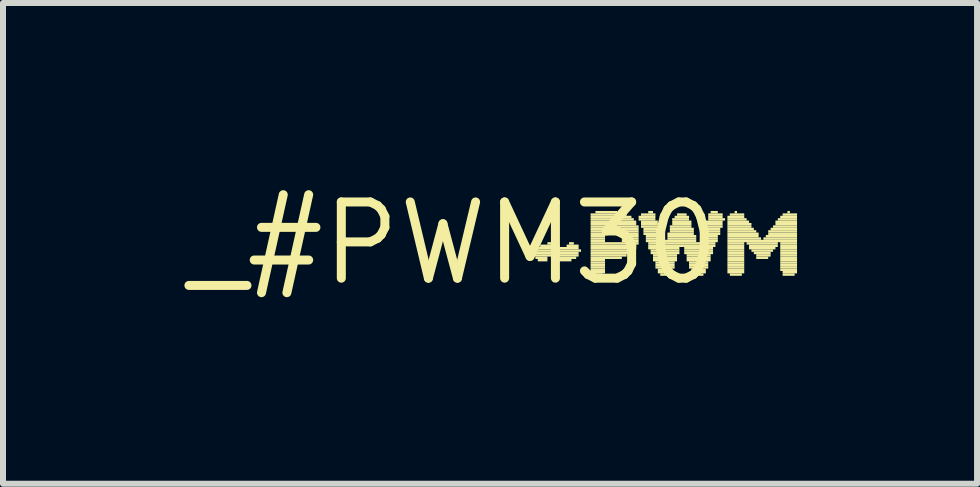
<source format=kicad_pcb>
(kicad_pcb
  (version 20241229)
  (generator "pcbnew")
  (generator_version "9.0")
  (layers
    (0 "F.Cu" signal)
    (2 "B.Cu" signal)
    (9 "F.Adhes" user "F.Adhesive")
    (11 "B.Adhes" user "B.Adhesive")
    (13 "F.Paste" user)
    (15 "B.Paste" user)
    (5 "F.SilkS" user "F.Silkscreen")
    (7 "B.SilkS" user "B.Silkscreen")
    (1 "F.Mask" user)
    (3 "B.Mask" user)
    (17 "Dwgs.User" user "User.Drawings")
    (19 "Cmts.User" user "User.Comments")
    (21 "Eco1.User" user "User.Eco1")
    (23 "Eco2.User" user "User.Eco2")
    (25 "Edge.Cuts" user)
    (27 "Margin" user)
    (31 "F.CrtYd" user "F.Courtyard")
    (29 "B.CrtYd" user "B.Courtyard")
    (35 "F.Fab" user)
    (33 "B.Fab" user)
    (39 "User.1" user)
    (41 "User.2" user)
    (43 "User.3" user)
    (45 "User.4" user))
  (footprint "_#PWM30"
    (layer "F.Cu")
    (at 4.513 1.006)
    (property "Reference" "_#PWM30" (at 0 0 0) (layer "F.SilkS") (effects (font (size 1.27 1.27) (thickness 0.15))))
    (attr through_hole)
    (fp_poly (pts (xy 1.32 0.22) (xy 2.08 0.22) (xy 2.08 0.18) (xy 1.32 0.18)) (stroke (width 0) (type solid)) (fill yes) (layer "F.SilkS"))
    (fp_poly (pts (xy 1.36 0.14) (xy 2.12 0.14) (xy 2.12 0.1) (xy 1.36 0.1)) (stroke (width 0) (type solid)) (fill yes) (layer "F.SilkS"))
    (fp_poly (pts (xy 1.36 0.18) (xy 2.08 0.18) (xy 2.08 0.14) (xy 1.36 0.14)) (stroke (width 0) (type solid)) (fill yes) (layer "F.SilkS"))
    (fp_poly (pts (xy 1.36 0.26) (xy 1.56 0.26) (xy 1.56 0.22) (xy 1.36 0.22)) (stroke (width 0) (type solid)) (fill yes) (layer "F.SilkS"))
    (fp_poly (pts (xy 1.4 0.1) (xy 2.08 0.1) (xy 2.08 0.06) (xy 1.4 0.06)) (stroke (width 0) (type solid)) (fill yes) (layer "F.SilkS"))
    (fp_poly (pts (xy 1.4 0.3) (xy 1.56 0.3) (xy 1.56 0.26) (xy 1.4 0.26)) (stroke (width 0) (type solid)) (fill yes) (layer "F.SilkS"))
    (fp_poly (pts (xy 1.44 0.06) (xy 1.76 0.06) (xy 1.76 0.02) (xy 1.44 0.02)) (stroke (width 0) (type solid)) (fill yes) (layer "F.SilkS"))
    (fp_poly (pts (xy 1.56 0.02) (xy 1.68 0.02) (xy 1.68 -0.02) (xy 1.56 -0.02)) (stroke (width 0) (type solid)) (fill yes) (layer "F.SilkS"))
    (fp_poly (pts (xy 1.64 0.26) (xy 2.04 0.26) (xy 2.04 0.22) (xy 1.64 0.22)) (stroke (width 0) (type solid)) (fill yes) (layer "F.SilkS"))
    (fp_poly (pts (xy 1.72 0.3) (xy 1.96 0.3) (xy 1.96 0.26) (xy 1.72 0.26)) (stroke (width 0) (type solid)) (fill yes) (layer "F.SilkS"))
    (fp_poly (pts (xy 1.88 0.06) (xy 2.08 0.06) (xy 2.08 0.02) (xy 1.88 0.02)) (stroke (width 0) (type solid)) (fill yes) (layer "F.SilkS"))
    (fp_poly (pts (xy 1.92 0.02) (xy 2 0.02) (xy 2 -0.02) (xy 1.92 -0.02)) (stroke (width 0) (type solid)) (fill yes) (layer "F.SilkS"))
    (fp_poly (pts (xy 2.28 -0.46) (xy 2.88 -0.46) (xy 2.88 -0.5) (xy 2.28 -0.5)) (stroke (width 0) (type solid)) (fill yes) (layer "F.SilkS"))
    (fp_poly (pts (xy 2.28 -0.42) (xy 2.96 -0.42) (xy 2.96 -0.46) (xy 2.28 -0.46)) (stroke (width 0) (type solid)) (fill yes) (layer "F.SilkS"))
    (fp_poly (pts (xy 2.28 -0.38) (xy 3 -0.38) (xy 3 -0.42) (xy 2.28 -0.42)) (stroke (width 0) (type solid)) (fill yes) (layer "F.SilkS"))
    (fp_poly (pts (xy 2.28 -0.34) (xy 3.04 -0.34) (xy 3.04 -0.38) (xy 2.28 -0.38)) (stroke (width 0) (type solid)) (fill yes) (layer "F.SilkS"))
    (fp_poly (pts (xy 2.28 -0.3) (xy 3.04 -0.3) (xy 3.04 -0.34) (xy 2.28 -0.34)) (stroke (width 0) (type solid)) (fill yes) (layer "F.SilkS"))
    (fp_poly (pts (xy 2.28 -0.26) (xy 3.08 -0.26) (xy 3.08 -0.3) (xy 2.28 -0.3)) (stroke (width 0) (type solid)) (fill yes) (layer "F.SilkS"))
    (fp_poly (pts (xy 2.28 -0.22) (xy 2.52 -0.22) (xy 2.52 -0.26) (xy 2.28 -0.26)) (stroke (width 0) (type solid)) (fill yes) (layer "F.SilkS"))
    (fp_poly (pts (xy 2.28 -0.18) (xy 2.52 -0.18) (xy 2.52 -0.22) (xy 2.28 -0.22)) (stroke (width 0) (type solid)) (fill yes) (layer "F.SilkS"))
    (fp_poly (pts (xy 2.28 -0.14) (xy 2.52 -0.14) (xy 2.52 -0.18) (xy 2.28 -0.18)) (stroke (width 0) (type solid)) (fill yes) (layer "F.SilkS"))
    (fp_poly (pts (xy 2.28 -0.1) (xy 2.52 -0.1) (xy 2.52 -0.14) (xy 2.28 -0.14)) (stroke (width 0) (type solid)) (fill yes) (layer "F.SilkS"))
    (fp_poly (pts (xy 2.28 -0.06) (xy 2.52 -0.06) (xy 2.52 -0.1) (xy 2.28 -0.1)) (stroke (width 0) (type solid)) (fill yes) (layer "F.SilkS"))
    (fp_poly (pts (xy 2.28 -0.02) (xy 2.52 -0.02) (xy 2.52 -0.06) (xy 2.28 -0.06)) (stroke (width 0) (type solid)) (fill yes) (layer "F.SilkS"))
    (fp_poly (pts (xy 2.28 0.02) (xy 3.08 0.02) (xy 3.08 -0.02) (xy 2.28 -0.02)) (stroke (width 0) (type solid)) (fill yes) (layer "F.SilkS"))
    (fp_poly (pts (xy 2.28 0.06) (xy 3.04 0.06) (xy 3.04 0.02) (xy 2.28 0.02)) (stroke (width 0) (type solid)) (fill yes) (layer "F.SilkS"))
    (fp_poly (pts (xy 2.28 0.1) (xy 3.04 0.1) (xy 3.04 0.06) (xy 2.28 0.06)) (stroke (width 0) (type solid)) (fill yes) (layer "F.SilkS"))
    (fp_poly (pts (xy 2.28 0.14) (xy 3 0.14) (xy 3 0.1) (xy 2.28 0.1)) (stroke (width 0) (type solid)) (fill yes) (layer "F.SilkS"))
    (fp_poly (pts (xy 2.28 0.18) (xy 2.96 0.18) (xy 2.96 0.14) (xy 2.28 0.14)) (stroke (width 0) (type solid)) (fill yes) (layer "F.SilkS"))
    (fp_poly (pts (xy 2.28 0.22) (xy 2.88 0.22) (xy 2.88 0.18) (xy 2.28 0.18)) (stroke (width 0) (type solid)) (fill yes) (layer "F.SilkS"))
    (fp_poly (pts (xy 2.28 0.26) (xy 2.8 0.26) (xy 2.8 0.22) (xy 2.28 0.22)) (stroke (width 0) (type solid)) (fill yes) (layer "F.SilkS"))
    (fp_poly (pts (xy 2.28 0.3) (xy 2.52 0.3) (xy 2.52 0.26) (xy 2.28 0.26)) (stroke (width 0) (type solid)) (fill yes) (layer "F.SilkS"))
    (fp_poly (pts (xy 2.28 0.34) (xy 2.52 0.34) (xy 2.52 0.3) (xy 2.28 0.3)) (stroke (width 0) (type solid)) (fill yes) (layer "F.SilkS"))
    (fp_poly (pts (xy 2.28 0.38) (xy 2.52 0.38) (xy 2.52 0.34) (xy 2.28 0.34)) (stroke (width 0) (type solid)) (fill yes) (layer "F.SilkS"))
    (fp_poly (pts (xy 2.28 0.42) (xy 2.52 0.42) (xy 2.52 0.38) (xy 2.28 0.38)) (stroke (width 0) (type solid)) (fill yes) (layer "F.SilkS"))
    (fp_poly (pts (xy 2.28 0.46) (xy 2.52 0.46) (xy 2.52 0.42) (xy 2.28 0.42)) (stroke (width 0) (type solid)) (fill yes) (layer "F.SilkS"))
    (fp_poly (pts (xy 2.28 0.5) (xy 2.52 0.5) (xy 2.52 0.46) (xy 2.28 0.46)) (stroke (width 0) (type solid)) (fill yes) (layer "F.SilkS"))
    (fp_poly (pts (xy 2.32 0.54) (xy 2.48 0.54) (xy 2.48 0.5) (xy 2.32 0.5)) (stroke (width 0) (type solid)) (fill yes) (layer "F.SilkS"))
    (fp_poly (pts (xy 2.36 -0.5) (xy 2.72 -0.5) (xy 2.72 -0.54) (xy 2.36 -0.54)) (stroke (width 0) (type solid)) (fill yes) (layer "F.SilkS"))
    (fp_poly (pts (xy 2.76 -0.22) (xy 3.08 -0.22) (xy 3.08 -0.26) (xy 2.76 -0.26)) (stroke (width 0) (type solid)) (fill yes) (layer "F.SilkS"))
    (fp_poly (pts (xy 2.8 -0.18) (xy 3.08 -0.18) (xy 3.08 -0.22) (xy 2.8 -0.22)) (stroke (width 0) (type solid)) (fill yes) (layer "F.SilkS"))
    (fp_poly (pts (xy 2.8 -0.06) (xy 3.08 -0.06) (xy 3.08 -0.1) (xy 2.8 -0.1)) (stroke (width 0) (type solid)) (fill yes) (layer "F.SilkS"))
    (fp_poly (pts (xy 2.8 -0.02) (xy 3.08 -0.02) (xy 3.08 -0.06) (xy 2.8 -0.06)) (stroke (width 0) (type solid)) (fill yes) (layer "F.SilkS"))
    (fp_poly (pts (xy 2.84 -0.14) (xy 3.08 -0.14) (xy 3.08 -0.18) (xy 2.84 -0.18)) (stroke (width 0) (type solid)) (fill yes) (layer "F.SilkS"))
    (fp_poly (pts (xy 2.84 -0.1) (xy 3.08 -0.1) (xy 3.08 -0.14) (xy 2.84 -0.14)) (stroke (width 0) (type solid)) (fill yes) (layer "F.SilkS"))
    (fp_poly (pts (xy 3.08 -0.42) (xy 3.36 -0.42) (xy 3.36 -0.46) (xy 3.08 -0.46)) (stroke (width 0) (type solid)) (fill yes) (layer "F.SilkS"))
    (fp_poly (pts (xy 3.08 -0.38) (xy 3.36 -0.38) (xy 3.36 -0.42) (xy 3.08 -0.42)) (stroke (width 0) (type solid)) (fill yes) (layer "F.SilkS"))
    (fp_poly (pts (xy 3.12 -0.46) (xy 3.36 -0.46) (xy 3.36 -0.5) (xy 3.12 -0.5)) (stroke (width 0) (type solid)) (fill yes) (layer "F.SilkS"))
    (fp_poly (pts (xy 3.12 -0.34) (xy 3.4 -0.34) (xy 3.4 -0.38) (xy 3.12 -0.38)) (stroke (width 0) (type solid)) (fill yes) (layer "F.SilkS"))
    (fp_poly (pts (xy 3.12 -0.3) (xy 3.4 -0.3) (xy 3.4 -0.34) (xy 3.12 -0.34)) (stroke (width 0) (type solid)) (fill yes) (layer "F.SilkS"))
    (fp_poly (pts (xy 3.12 -0.26) (xy 3.4 -0.26) (xy 3.4 -0.3) (xy 3.12 -0.3)) (stroke (width 0) (type solid)) (fill yes) (layer "F.SilkS"))
    (fp_poly (pts (xy 3.16 -0.22) (xy 3.44 -0.22) (xy 3.44 -0.26) (xy 3.16 -0.26)) (stroke (width 0) (type solid)) (fill yes) (layer "F.SilkS"))
    (fp_poly (pts (xy 3.16 -0.18) (xy 3.44 -0.18) (xy 3.44 -0.22) (xy 3.16 -0.22)) (stroke (width 0) (type solid)) (fill yes) (layer "F.SilkS"))
    (fp_poly (pts (xy 3.16 -0.14) (xy 3.44 -0.14) (xy 3.44 -0.18) (xy 3.16 -0.18)) (stroke (width 0) (type solid)) (fill yes) (layer "F.SilkS"))
    (fp_poly (pts (xy 3.2 -0.1) (xy 3.48 -0.1) (xy 3.48 -0.14) (xy 3.2 -0.14)) (stroke (width 0) (type solid)) (fill yes) (layer "F.SilkS"))
    (fp_poly (pts (xy 3.2 -0.06) (xy 3.48 -0.06) (xy 3.48 -0.1) (xy 3.2 -0.1)) (stroke (width 0) (type solid)) (fill yes) (layer "F.SilkS"))
    (fp_poly (pts (xy 3.2 -0.02) (xy 3.48 -0.02) (xy 3.48 -0.06) (xy 3.2 -0.06)) (stroke (width 0) (type solid)) (fill yes) (layer "F.SilkS"))
    (fp_poly (pts (xy 3.24 -0.5) (xy 3.32 -0.5) (xy 3.32 -0.54) (xy 3.24 -0.54)) (stroke (width 0) (type solid)) (fill yes) (layer "F.SilkS"))
    (fp_poly (pts (xy 3.24 0.02) (xy 4.36 0.02) (xy 4.36 -0.02) (xy 3.24 -0.02)) (stroke (width 0) (type solid)) (fill yes) (layer "F.SilkS"))
    (fp_poly (pts (xy 3.24 0.06) (xy 4.36 0.06) (xy 4.36 0.02) (xy 3.24 0.02)) (stroke (width 0) (type solid)) (fill yes) (layer "F.SilkS"))
    (fp_poly (pts (xy 3.24 0.1) (xy 3.76 0.1) (xy 3.76 0.06) (xy 3.24 0.06)) (stroke (width 0) (type solid)) (fill yes) (layer "F.SilkS"))
    (fp_poly (pts (xy 3.28 0.14) (xy 3.76 0.14) (xy 3.76 0.1) (xy 3.28 0.1)) (stroke (width 0) (type solid)) (fill yes) (layer "F.SilkS"))
    (fp_poly (pts (xy 3.28 0.18) (xy 3.76 0.18) (xy 3.76 0.14) (xy 3.28 0.14)) (stroke (width 0) (type solid)) (fill yes) (layer "F.SilkS"))
    (fp_poly (pts (xy 3.32 0.22) (xy 3.72 0.22) (xy 3.72 0.18) (xy 3.32 0.18)) (stroke (width 0) (type solid)) (fill yes) (layer "F.SilkS"))
    (fp_poly (pts (xy 3.32 0.26) (xy 3.72 0.26) (xy 3.72 0.22) (xy 3.32 0.22)) (stroke (width 0) (type solid)) (fill yes) (layer "F.SilkS"))
    (fp_poly (pts (xy 3.32 0.3) (xy 3.72 0.3) (xy 3.72 0.26) (xy 3.32 0.26)) (stroke (width 0) (type solid)) (fill yes) (layer "F.SilkS"))
    (fp_poly (pts (xy 3.36 0.34) (xy 3.68 0.34) (xy 3.68 0.3) (xy 3.36 0.3)) (stroke (width 0) (type solid)) (fill yes) (layer "F.SilkS"))
    (fp_poly (pts (xy 3.36 0.38) (xy 3.68 0.38) (xy 3.68 0.34) (xy 3.36 0.34)) (stroke (width 0) (type solid)) (fill yes) (layer "F.SilkS"))
    (fp_poly (pts (xy 3.36 0.42) (xy 3.68 0.42) (xy 3.68 0.38) (xy 3.36 0.38)) (stroke (width 0) (type solid)) (fill yes) (layer "F.SilkS"))
    (fp_poly (pts (xy 3.4 0.46) (xy 3.64 0.46) (xy 3.64 0.42) (xy 3.4 0.42)) (stroke (width 0) (type solid)) (fill yes) (layer "F.SilkS"))
    (fp_poly (pts (xy 3.4 0.5) (xy 3.64 0.5) (xy 3.64 0.46) (xy 3.4 0.46)) (stroke (width 0) (type solid)) (fill yes) (layer "F.SilkS"))
    (fp_poly (pts (xy 3.44 0.54) (xy 3.6 0.54) (xy 3.6 0.5) (xy 3.44 0.5)) (stroke (width 0) (type solid)) (fill yes) (layer "F.SilkS"))
    (fp_poly (pts (xy 3.52 -0.02) (xy 4.04 -0.02) (xy 4.04 -0.06) (xy 3.52 -0.06)) (stroke (width 0) (type solid)) (fill yes) (layer "F.SilkS"))
    (fp_poly (pts (xy 3.56 -0.14) (xy 4 -0.14) (xy 4 -0.18) (xy 3.56 -0.18)) (stroke (width 0) (type solid)) (fill yes) (layer "F.SilkS"))
    (fp_poly (pts (xy 3.56 -0.1) (xy 4.04 -0.1) (xy 4.04 -0.14) (xy 3.56 -0.14)) (stroke (width 0) (type solid)) (fill yes) (layer "F.SilkS"))
    (fp_poly (pts (xy 3.56 -0.06) (xy 4.04 -0.06) (xy 4.04 -0.1) (xy 3.56 -0.1)) (stroke (width 0) (type solid)) (fill yes) (layer "F.SilkS"))
    (fp_poly (pts (xy 3.6 -0.26) (xy 3.96 -0.26) (xy 3.96 -0.3) (xy 3.6 -0.3)) (stroke (width 0) (type solid)) (fill yes) (layer "F.SilkS"))
    (fp_poly (pts (xy 3.6 -0.22) (xy 4 -0.22) (xy 4 -0.26) (xy 3.6 -0.26)) (stroke (width 0) (type solid)) (fill yes) (layer "F.SilkS"))
    (fp_poly (pts (xy 3.6 -0.18) (xy 4 -0.18) (xy 4 -0.22) (xy 3.6 -0.22)) (stroke (width 0) (type solid)) (fill yes) (layer "F.SilkS"))
    (fp_poly (pts (xy 3.64 -0.38) (xy 3.92 -0.38) (xy 3.92 -0.42) (xy 3.64 -0.42)) (stroke (width 0) (type solid)) (fill yes) (layer "F.SilkS"))
    (fp_poly (pts (xy 3.64 -0.34) (xy 3.96 -0.34) (xy 3.96 -0.38) (xy 3.64 -0.38)) (stroke (width 0) (type solid)) (fill yes) (layer "F.SilkS"))
    (fp_poly (pts (xy 3.64 -0.3) (xy 3.96 -0.3) (xy 3.96 -0.34) (xy 3.64 -0.34)) (stroke (width 0) (type solid)) (fill yes) (layer "F.SilkS"))
    (fp_poly (pts (xy 3.68 -0.42) (xy 3.92 -0.42) (xy 3.92 -0.46) (xy 3.68 -0.46)) (stroke (width 0) (type solid)) (fill yes) (layer "F.SilkS"))
    (fp_poly (pts (xy 3.72 -0.46) (xy 3.88 -0.46) (xy 3.88 -0.5) (xy 3.72 -0.5)) (stroke (width 0) (type solid)) (fill yes) (layer "F.SilkS"))
    (fp_poly (pts (xy 3.84 0.1) (xy 4.32 0.1) (xy 4.32 0.06) (xy 3.84 0.06)) (stroke (width 0) (type solid)) (fill yes) (layer "F.SilkS"))
    (fp_poly (pts (xy 3.84 0.14) (xy 4.32 0.14) (xy 4.32 0.1) (xy 3.84 0.1)) (stroke (width 0) (type solid)) (fill yes) (layer "F.SilkS"))
    (fp_poly (pts (xy 3.84 0.18) (xy 4.32 0.18) (xy 4.32 0.14) (xy 3.84 0.14)) (stroke (width 0) (type solid)) (fill yes) (layer "F.SilkS"))
    (fp_poly (pts (xy 3.88 0.22) (xy 4.28 0.22) (xy 4.28 0.18) (xy 3.88 0.18)) (stroke (width 0) (type solid)) (fill yes) (layer "F.SilkS"))
    (fp_poly (pts (xy 3.88 0.26) (xy 4.28 0.26) (xy 4.28 0.22) (xy 3.88 0.22)) (stroke (width 0) (type solid)) (fill yes) (layer "F.SilkS"))
    (fp_poly (pts (xy 3.88 0.3) (xy 4.28 0.3) (xy 4.28 0.26) (xy 3.88 0.26)) (stroke (width 0) (type solid)) (fill yes) (layer "F.SilkS"))
    (fp_poly (pts (xy 3.92 0.34) (xy 4.24 0.34) (xy 4.24 0.3) (xy 3.92 0.3)) (stroke (width 0) (type solid)) (fill yes) (layer "F.SilkS"))
    (fp_poly (pts (xy 3.92 0.38) (xy 4.24 0.38) (xy 4.24 0.34) (xy 3.92 0.34)) (stroke (width 0) (type solid)) (fill yes) (layer "F.SilkS"))
    (fp_poly (pts (xy 3.92 0.42) (xy 4.24 0.42) (xy 4.24 0.38) (xy 3.92 0.38)) (stroke (width 0) (type solid)) (fill yes) (layer "F.SilkS"))
    (fp_poly (pts (xy 3.96 0.46) (xy 4.2 0.46) (xy 4.2 0.42) (xy 3.96 0.42)) (stroke (width 0) (type solid)) (fill yes) (layer "F.SilkS"))
    (fp_poly (pts (xy 3.96 0.5) (xy 4.2 0.5) (xy 4.2 0.46) (xy 3.96 0.46)) (stroke (width 0) (type solid)) (fill yes) (layer "F.SilkS"))
    (fp_poly (pts (xy 4 0.54) (xy 4.16 0.54) (xy 4.16 0.5) (xy 4 0.5)) (stroke (width 0) (type solid)) (fill yes) (layer "F.SilkS"))
    (fp_poly (pts (xy 4.12 -0.1) (xy 4.4 -0.1) (xy 4.4 -0.14) (xy 4.12 -0.14)) (stroke (width 0) (type solid)) (fill yes) (layer "F.SilkS"))
    (fp_poly (pts (xy 4.12 -0.06) (xy 4.4 -0.06) (xy 4.4 -0.1) (xy 4.12 -0.1)) (stroke (width 0) (type solid)) (fill yes) (layer "F.SilkS"))
    (fp_poly (pts (xy 4.12 -0.02) (xy 4.4 -0.02) (xy 4.4 -0.06) (xy 4.12 -0.06)) (stroke (width 0) (type solid)) (fill yes) (layer "F.SilkS"))
    (fp_poly (pts (xy 4.16 -0.22) (xy 4.44 -0.22) (xy 4.44 -0.26) (xy 4.16 -0.26)) (stroke (width 0) (type solid)) (fill yes) (layer "F.SilkS"))
    (fp_poly (pts (xy 4.16 -0.18) (xy 4.44 -0.18) (xy 4.44 -0.22) (xy 4.16 -0.22)) (stroke (width 0) (type solid)) (fill yes) (layer "F.SilkS"))
    (fp_poly (pts (xy 4.16 -0.14) (xy 4.44 -0.14) (xy 4.44 -0.18) (xy 4.16 -0.18)) (stroke (width 0) (type solid)) (fill yes) (layer "F.SilkS"))
    (fp_poly (pts (xy 4.2 -0.34) (xy 4.48 -0.34) (xy 4.48 -0.38) (xy 4.2 -0.38)) (stroke (width 0) (type solid)) (fill yes) (layer "F.SilkS"))
    (fp_poly (pts (xy 4.2 -0.3) (xy 4.48 -0.3) (xy 4.48 -0.34) (xy 4.2 -0.34)) (stroke (width 0) (type solid)) (fill yes) (layer "F.SilkS"))
    (fp_poly (pts (xy 4.2 -0.26) (xy 4.48 -0.26) (xy 4.48 -0.3) (xy 4.2 -0.3)) (stroke (width 0) (type solid)) (fill yes) (layer "F.SilkS"))
    (fp_poly (pts (xy 4.24 -0.46) (xy 4.48 -0.46) (xy 4.48 -0.5) (xy 4.24 -0.5)) (stroke (width 0) (type solid)) (fill yes) (layer "F.SilkS"))
    (fp_poly (pts (xy 4.24 -0.42) (xy 4.48 -0.42) (xy 4.48 -0.46) (xy 4.24 -0.46)) (stroke (width 0) (type solid)) (fill yes) (layer "F.SilkS"))
    (fp_poly (pts (xy 4.24 -0.38) (xy 4.52 -0.38) (xy 4.52 -0.42) (xy 4.24 -0.42)) (stroke (width 0) (type solid)) (fill yes) (layer "F.SilkS"))
    (fp_poly (pts (xy 4.28 -0.5) (xy 4.4 -0.5) (xy 4.4 -0.54) (xy 4.28 -0.54)) (stroke (width 0) (type solid)) (fill yes) (layer "F.SilkS"))
    (fp_poly (pts (xy 4.56 -0.42) (xy 4.84 -0.42) (xy 4.84 -0.46) (xy 4.56 -0.46)) (stroke (width 0) (type solid)) (fill yes) (layer "F.SilkS"))
    (fp_poly (pts (xy 4.56 -0.38) (xy 4.88 -0.38) (xy 4.88 -0.42) (xy 4.56 -0.42)) (stroke (width 0) (type solid)) (fill yes) (layer "F.SilkS"))
    (fp_poly (pts (xy 4.56 -0.34) (xy 4.92 -0.34) (xy 4.92 -0.38) (xy 4.56 -0.38)) (stroke (width 0) (type solid)) (fill yes) (layer "F.SilkS"))
    (fp_poly (pts (xy 4.56 -0.3) (xy 4.96 -0.3) (xy 4.96 -0.34) (xy 4.56 -0.34)) (stroke (width 0) (type solid)) (fill yes) (layer "F.SilkS"))
    (fp_poly (pts (xy 4.56 -0.26) (xy 4.96 -0.26) (xy 4.96 -0.3) (xy 4.56 -0.3)) (stroke (width 0) (type solid)) (fill yes) (layer "F.SilkS"))
    (fp_poly (pts (xy 4.56 -0.22) (xy 5 -0.22) (xy 5 -0.26) (xy 4.56 -0.26)) (stroke (width 0) (type solid)) (fill yes) (layer "F.SilkS"))
    (fp_poly (pts (xy 4.56 -0.18) (xy 5.04 -0.18) (xy 5.04 -0.22) (xy 4.56 -0.22)) (stroke (width 0) (type solid)) (fill yes) (layer "F.SilkS"))
    (fp_poly (pts (xy 4.56 -0.14) (xy 5.08 -0.14) (xy 5.08 -0.18) (xy 4.56 -0.18)) (stroke (width 0) (type solid)) (fill yes) (layer "F.SilkS"))
    (fp_poly (pts (xy 4.56 -0.1) (xy 5.08 -0.1) (xy 5.08 -0.14) (xy 4.56 -0.14)) (stroke (width 0) (type solid)) (fill yes) (layer "F.SilkS"))
    (fp_poly (pts (xy 4.56 -0.06) (xy 5.12 -0.06) (xy 5.12 -0.1) (xy 4.56 -0.1)) (stroke (width 0) (type solid)) (fill yes) (layer "F.SilkS"))
    (fp_poly (pts (xy 4.56 -0.02) (xy 5.72 -0.02) (xy 5.72 -0.06) (xy 4.56 -0.06)) (stroke (width 0) (type solid)) (fill yes) (layer "F.SilkS"))
    (fp_poly (pts (xy 4.56 0.02) (xy 4.84 0.02) (xy 4.84 -0.02) (xy 4.56 -0.02)) (stroke (width 0) (type solid)) (fill yes) (layer "F.SilkS"))
    (fp_poly (pts (xy 4.56 0.06) (xy 4.84 0.06) (xy 4.84 0.02) (xy 4.56 0.02)) (stroke (width 0) (type solid)) (fill yes) (layer "F.SilkS"))
    (fp_poly (pts (xy 4.56 0.1) (xy 4.84 0.1) (xy 4.84 0.06) (xy 4.56 0.06)) (stroke (width 0) (type solid)) (fill yes) (layer "F.SilkS"))
    (fp_poly (pts (xy 4.56 0.14) (xy 4.84 0.14) (xy 4.84 0.1) (xy 4.56 0.1)) (stroke (width 0) (type solid)) (fill yes) (layer "F.SilkS"))
    (fp_poly (pts (xy 4.56 0.18) (xy 4.84 0.18) (xy 4.84 0.14) (xy 4.56 0.14)) (stroke (width 0) (type solid)) (fill yes) (layer "F.SilkS"))
    (fp_poly (pts (xy 4.56 0.22) (xy 4.84 0.22) (xy 4.84 0.18) (xy 4.56 0.18)) (stroke (width 0) (type solid)) (fill yes) (layer "F.SilkS"))
    (fp_poly (pts (xy 4.56 0.26) (xy 4.84 0.26) (xy 4.84 0.22) (xy 4.56 0.22)) (stroke (width 0) (type solid)) (fill yes) (layer "F.SilkS"))
    (fp_poly (pts (xy 4.56 0.3) (xy 4.84 0.3) (xy 4.84 0.26) (xy 4.56 0.26)) (stroke (width 0) (type solid)) (fill yes) (layer "F.SilkS"))
    (fp_poly (pts (xy 4.56 0.34) (xy 4.84 0.34) (xy 4.84 0.3) (xy 4.56 0.3)) (stroke (width 0) (type solid)) (fill yes) (layer "F.SilkS"))
    (fp_poly (pts (xy 4.56 0.38) (xy 4.84 0.38) (xy 4.84 0.34) (xy 4.56 0.34)) (stroke (width 0) (type solid)) (fill yes) (layer "F.SilkS"))
    (fp_poly (pts (xy 4.56 0.42) (xy 4.84 0.42) (xy 4.84 0.38) (xy 4.56 0.38)) (stroke (width 0) (type solid)) (fill yes) (layer "F.SilkS"))
    (fp_poly (pts (xy 4.56 0.46) (xy 4.84 0.46) (xy 4.84 0.42) (xy 4.56 0.42)) (stroke (width 0) (type solid)) (fill yes) (layer "F.SilkS"))
    (fp_poly (pts (xy 4.56 0.5) (xy 4.84 0.5) (xy 4.84 0.46) (xy 4.56 0.46)) (stroke (width 0) (type solid)) (fill yes) (layer "F.SilkS"))
    (fp_poly (pts (xy 4.6 -0.46) (xy 4.84 -0.46) (xy 4.84 -0.5) (xy 4.6 -0.5)) (stroke (width 0) (type solid)) (fill yes) (layer "F.SilkS"))
    (fp_poly (pts (xy 4.6 0.54) (xy 4.8 0.54) (xy 4.8 0.5) (xy 4.6 0.5)) (stroke (width 0) (type solid)) (fill yes) (layer "F.SilkS"))
    (fp_poly (pts (xy 4.68 -0.5) (xy 4.72 -0.5) (xy 4.72 -0.54) (xy 4.68 -0.54)) (stroke (width 0) (type solid)) (fill yes) (layer "F.SilkS"))
    (fp_poly (pts (xy 4.88 0.02) (xy 5.4 0.02) (xy 5.4 -0.02) (xy 4.88 -0.02)) (stroke (width 0) (type solid)) (fill yes) (layer "F.SilkS"))
    (fp_poly (pts (xy 4.92 0.06) (xy 5.4 0.06) (xy 5.4 0.02) (xy 4.92 0.02)) (stroke (width 0) (type solid)) (fill yes) (layer "F.SilkS"))
    (fp_poly (pts (xy 4.92 0.1) (xy 5.36 0.1) (xy 5.36 0.06) (xy 4.92 0.06)) (stroke (width 0) (type solid)) (fill yes) (layer "F.SilkS"))
    (fp_poly (pts (xy 4.96 0.14) (xy 5.32 0.14) (xy 5.32 0.1) (xy 4.96 0.1)) (stroke (width 0) (type solid)) (fill yes) (layer "F.SilkS"))
    (fp_poly (pts (xy 5 0.18) (xy 5.28 0.18) (xy 5.28 0.14) (xy 5 0.14)) (stroke (width 0) (type solid)) (fill yes) (layer "F.SilkS"))
    (fp_poly (pts (xy 5.04 0.22) (xy 5.28 0.22) (xy 5.28 0.18) (xy 5.04 0.18)) (stroke (width 0) (type solid)) (fill yes) (layer "F.SilkS"))
    (fp_poly (pts (xy 5.04 0.26) (xy 5.24 0.26) (xy 5.24 0.22) (xy 5.04 0.22)) (stroke (width 0) (type solid)) (fill yes) (layer "F.SilkS"))
    (fp_poly (pts (xy 5.16 -0.06) (xy 5.72 -0.06) (xy 5.72 -0.1) (xy 5.16 -0.1)) (stroke (width 0) (type solid)) (fill yes) (layer "F.SilkS"))
    (fp_poly (pts (xy 5.2 -0.1) (xy 5.72 -0.1) (xy 5.72 -0.14) (xy 5.2 -0.14)) (stroke (width 0) (type solid)) (fill yes) (layer "F.SilkS"))
    (fp_poly (pts (xy 5.24 -0.18) (xy 5.72 -0.18) (xy 5.72 -0.22) (xy 5.24 -0.22)) (stroke (width 0) (type solid)) (fill yes) (layer "F.SilkS"))
    (fp_poly (pts (xy 5.24 -0.14) (xy 5.72 -0.14) (xy 5.72 -0.18) (xy 5.24 -0.18)) (stroke (width 0) (type solid)) (fill yes) (layer "F.SilkS"))
    (fp_poly (pts (xy 5.28 -0.22) (xy 5.72 -0.22) (xy 5.72 -0.26) (xy 5.28 -0.26)) (stroke (width 0) (type solid)) (fill yes) (layer "F.SilkS"))
    (fp_poly (pts (xy 5.32 -0.26) (xy 5.72 -0.26) (xy 5.72 -0.3) (xy 5.32 -0.3)) (stroke (width 0) (type solid)) (fill yes) (layer "F.SilkS"))
    (fp_poly (pts (xy 5.36 -0.34) (xy 5.72 -0.34) (xy 5.72 -0.38) (xy 5.36 -0.38)) (stroke (width 0) (type solid)) (fill yes) (layer "F.SilkS"))
    (fp_poly (pts (xy 5.36 -0.3) (xy 5.72 -0.3) (xy 5.72 -0.34) (xy 5.36 -0.34)) (stroke (width 0) (type solid)) (fill yes) (layer "F.SilkS"))
    (fp_poly (pts (xy 5.4 -0.38) (xy 5.72 -0.38) (xy 5.72 -0.42) (xy 5.4 -0.42)) (stroke (width 0) (type solid)) (fill yes) (layer "F.SilkS"))
    (fp_poly (pts (xy 5.44 -0.42) (xy 5.72 -0.42) (xy 5.72 -0.46) (xy 5.44 -0.46)) (stroke (width 0) (type solid)) (fill yes) (layer "F.SilkS"))
    (fp_poly (pts (xy 5.44 0.02) (xy 5.72 0.02) (xy 5.72 -0.02) (xy 5.44 -0.02)) (stroke (width 0) (type solid)) (fill yes) (layer "F.SilkS"))
    (fp_poly (pts (xy 5.44 0.06) (xy 5.72 0.06) (xy 5.72 0.02) (xy 5.44 0.02)) (stroke (width 0) (type solid)) (fill yes) (layer "F.SilkS"))
    (fp_poly (pts (xy 5.44 0.1) (xy 5.72 0.1) (xy 5.72 0.06) (xy 5.44 0.06)) (stroke (width 0) (type solid)) (fill yes) (layer "F.SilkS"))
    (fp_poly (pts (xy 5.44 0.14) (xy 5.72 0.14) (xy 5.72 0.1) (xy 5.44 0.1)) (stroke (width 0) (type solid)) (fill yes) (layer "F.SilkS"))
    (fp_poly (pts (xy 5.44 0.18) (xy 5.72 0.18) (xy 5.72 0.14) (xy 5.44 0.14)) (stroke (width 0) (type solid)) (fill yes) (layer "F.SilkS"))
    (fp_poly (pts (xy 5.44 0.22) (xy 5.72 0.22) (xy 5.72 0.18) (xy 5.44 0.18)) (stroke (width 0) (type solid)) (fill yes) (layer "F.SilkS"))
    (fp_poly (pts (xy 5.44 0.26) (xy 5.72 0.26) (xy 5.72 0.22) (xy 5.44 0.22)) (stroke (width 0) (type solid)) (fill yes) (layer "F.SilkS"))
    (fp_poly (pts (xy 5.44 0.3) (xy 5.72 0.3) (xy 5.72 0.26) (xy 5.44 0.26)) (stroke (width 0) (type solid)) (fill yes) (layer "F.SilkS"))
    (fp_poly (pts (xy 5.44 0.34) (xy 5.72 0.34) (xy 5.72 0.3) (xy 5.44 0.3)) (stroke (width 0) (type solid)) (fill yes) (layer "F.SilkS"))
    (fp_poly (pts (xy 5.44 0.38) (xy 5.72 0.38) (xy 5.72 0.34) (xy 5.44 0.34)) (stroke (width 0) (type solid)) (fill yes) (layer "F.SilkS"))
    (fp_poly (pts (xy 5.44 0.42) (xy 5.72 0.42) (xy 5.72 0.38) (xy 5.44 0.38)) (stroke (width 0) (type solid)) (fill yes) (layer "F.SilkS"))
    (fp_poly (pts (xy 5.44 0.46) (xy 5.72 0.46) (xy 5.72 0.42) (xy 5.44 0.42)) (stroke (width 0) (type solid)) (fill yes) (layer "F.SilkS"))
    (fp_poly (pts (xy 5.48 -0.46) (xy 5.72 -0.46) (xy 5.72 -0.5) (xy 5.48 -0.5)) (stroke (width 0) (type solid)) (fill yes) (layer "F.SilkS"))
    (fp_poly (pts (xy 5.48 0.5) (xy 5.72 0.5) (xy 5.72 0.46) (xy 5.48 0.46)) (stroke (width 0) (type solid)) (fill yes) (layer "F.SilkS"))
    (fp_poly (pts (xy 5.48 0.54) (xy 5.68 0.54) (xy 5.68 0.5) (xy 5.48 0.5)) (stroke (width 0) (type solid)) (fill yes) (layer "F.SilkS"))
    (fp_poly (pts (xy 5.56 -0.5) (xy 5.6 -0.5) (xy 5.6 -0.54) (xy 5.56 -0.54)) (stroke (width 0) (type solid)) (fill yes) (layer "F.SilkS")))
  (gr_rect
    (start -3 -3)
    (end 13.233 5.012)
    (stroke (width 0.1) (type default))
    (fill no)
    (layer "Edge.Cuts")))
</source>
